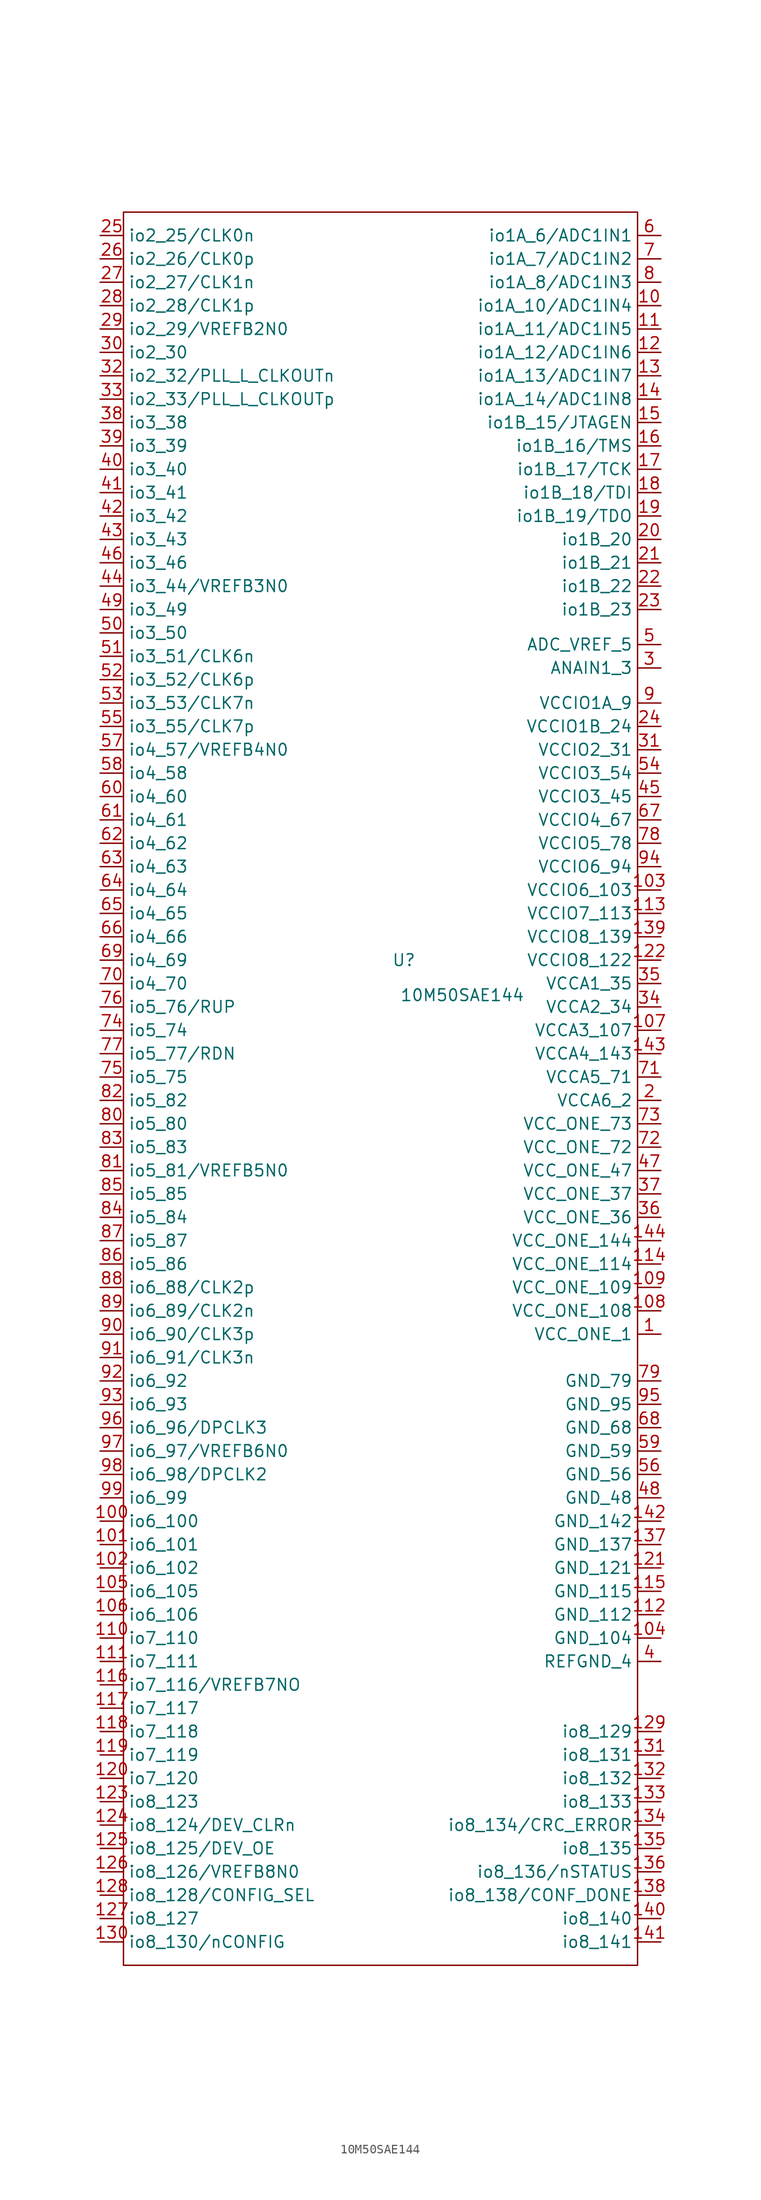
<source format=kicad_sym>
(kicad_symbol_lib
  (version 20220914)
  (generator kicad_symbol_editor)
  (symbol "10M50SAE144"
    (property "Reference" "U"
      (at 17.78 -85.09 0)
      (effects (font (size 1.27 1.27))))
    (property "Value" "10M50SAE144"
      (at 24.13 -88.9 0)
      (effects (font (size 1.27 1.27))))
    (symbol "10M50SAE144_0_1"
      (rectangle (start -12.7 -3.81) (end 43.18 -194.31) (stroke (width 0) (type default)) (fill (type none))))
    (symbol "10M50SAE144_1_0"
      (pin power_in line (at 45.72 -125.73 180) (length 2.54) (name "VCC_ONE_1" (effects (font (size 1.27 1.27)))) (number "1" (effects (font (size 1.27 1.27)))))
      (pin bidirectional line (at 45.72 -13.97 180) (length 2.54) (name "io1A_10/ADC1IN4" (effects (font (size 1.27 1.27)))) (number "10" (effects (font (size 1.27 1.27)))))
      (pin bidirectional line (at -15.24 -146.05 0) (length 2.54) (name "io6_100" (effects (font (size 1.27 1.27)))) (number "100" (effects (font (size 1.27 1.27)))))
      (pin bidirectional line (at -15.24 -148.59 0) (length 2.54) (name "io6_101" (effects (font (size 1.27 1.27)))) (number "101" (effects (font (size 1.27 1.27)))))
      (pin bidirectional line (at -15.24 -151.13 0) (length 2.54) (name "io6_102" (effects (font (size 1.27 1.27)))) (number "102" (effects (font (size 1.27 1.27)))))
      (pin power_in line (at 45.72 -77.47 180) (length 2.54) (name "VCCIO6_103" (effects (font (size 1.27 1.27)))) (number "103" (effects (font (size 1.27 1.27)))))
      (pin power_in line (at 45.72 -158.75 180) (length 2.54) (name "GND_104" (effects (font (size 1.27 1.27)))) (number "104" (effects (font (size 1.27 1.27)))))
      (pin bidirectional line (at -15.24 -153.67 0) (length 2.54) (name "io6_105" (effects (font (size 1.27 1.27)))) (number "105" (effects (font (size 1.27 1.27)))))
      (pin bidirectional line (at -15.24 -156.21 0) (length 2.54) (name "io6_106" (effects (font (size 1.27 1.27)))) (number "106" (effects (font (size 1.27 1.27)))))
      (pin power_in line (at 45.72 -92.71 180) (length 2.54) (name "VCCA3_107" (effects (font (size 1.27 1.27)))) (number "107" (effects (font (size 1.27 1.27)))))
      (pin power_in line (at 45.72 -123.19 180) (length 2.54) (name "VCC_ONE_108" (effects (font (size 1.27 1.27)))) (number "108" (effects (font (size 1.27 1.27)))))
      (pin power_in line (at 45.72 -120.65 180) (length 2.54) (name "VCC_ONE_109" (effects (font (size 1.27 1.27)))) (number "109" (effects (font (size 1.27 1.27)))))
      (pin bidirectional line (at 45.72 -16.51 180) (length 2.54) (name "io1A_11/ADC1IN5" (effects (font (size 1.27 1.27)))) (number "11" (effects (font (size 1.27 1.27)))))
      (pin bidirectional line (at -15.24 -158.75 0) (length 2.54) (name "io7_110" (effects (font (size 1.27 1.27)))) (number "110" (effects (font (size 1.27 1.27)))))
      (pin bidirectional line (at -15.24 -161.29 0) (length 2.54) (name "io7_111" (effects (font (size 1.27 1.27)))) (number "111" (effects (font (size 1.27 1.27)))))
      (pin power_in line (at 45.72 -156.21 180) (length 2.54) (name "GND_112" (effects (font (size 1.27 1.27)))) (number "112" (effects (font (size 1.27 1.27)))))
      (pin power_in line (at 45.72 -80.01 180) (length 2.54) (name "VCCIO7_113" (effects (font (size 1.27 1.27)))) (number "113" (effects (font (size 1.27 1.27)))))
      (pin power_in line (at 45.72 -118.11 180) (length 2.54) (name "VCC_ONE_114" (effects (font (size 1.27 1.27)))) (number "114" (effects (font (size 1.27 1.27)))))
      (pin power_in line (at 45.72 -153.67 180) (length 2.54) (name "GND_115" (effects (font (size 1.27 1.27)))) (number "115" (effects (font (size 1.27 1.27)))))
      (pin bidirectional line (at -15.24 -163.83 0) (length 2.54) (name "io7_116/VREFB7NO" (effects (font (size 1.27 1.27)))) (number "116" (effects (font (size 1.27 1.27)))))
      (pin bidirectional line (at -15.24 -166.37 0) (length 2.54) (name "io7_117" (effects (font (size 1.27 1.27)))) (number "117" (effects (font (size 1.27 1.27)))))
      (pin bidirectional line (at -15.24 -168.91 0) (length 2.54) (name "io7_118" (effects (font (size 1.27 1.27)))) (number "118" (effects (font (size 1.27 1.27)))))
      (pin bidirectional line (at -15.24 -171.45 0) (length 2.54) (name "io7_119" (effects (font (size 1.27 1.27)))) (number "119" (effects (font (size 1.27 1.27)))))
      (pin bidirectional line (at 45.72 -19.05 180) (length 2.54) (name "io1A_12/ADC1IN6" (effects (font (size 1.27 1.27)))) (number "12" (effects (font (size 1.27 1.27)))))
      (pin bidirectional line (at -15.24 -173.99 0) (length 2.54) (name "io7_120" (effects (font (size 1.27 1.27)))) (number "120" (effects (font (size 1.27 1.27)))))
      (pin power_in line (at 45.72 -151.13 180) (length 2.54) (name "GND_121" (effects (font (size 1.27 1.27)))) (number "121" (effects (font (size 1.27 1.27)))))
      (pin power_in line (at 45.72 -85.09 180) (length 2.54) (name "VCCIO8_122" (effects (font (size 1.27 1.27)))) (number "122" (effects (font (size 1.27 1.27)))))
      (pin bidirectional line (at -15.24 -176.53 0) (length 2.54) (name "io8_123" (effects (font (size 1.27 1.27)))) (number "123" (effects (font (size 1.27 1.27)))))
      (pin bidirectional line (at -15.24 -179.07 0) (length 2.54) (name "io8_124/DEV_CLRn" (effects (font (size 1.27 1.27)))) (number "124" (effects (font (size 1.27 1.27)))))
      (pin bidirectional line (at -15.24 -181.61 0) (length 2.54) (name "io8_125/DEV_OE" (effects (font (size 1.27 1.27)))) (number "125" (effects (font (size 1.27 1.27)))))
      (pin bidirectional line (at -15.24 -184.15 0) (length 2.54) (name "io8_126/VREFB8N0" (effects (font (size 1.27 1.27)))) (number "126" (effects (font (size 1.27 1.27)))))
      (pin bidirectional line (at -15.24 -189.23 0) (length 2.54) (name "io8_127" (effects (font (size 1.27 1.27)))) (number "127" (effects (font (size 1.27 1.27)))))
      (pin bidirectional line (at -15.24 -186.69 0) (length 2.54) (name "io8_128/CONFIG_SEL" (effects (font (size 1.27 1.27)))) (number "128" (effects (font (size 1.27 1.27)))))
      (pin bidirectional line (at 45.72 -168.91 180) (length 2.54) (name "io8_129" (effects (font (size 1.27 1.27)))) (number "129" (effects (font (size 1.27 1.27)))))
      (pin bidirectional line (at 45.72 -21.59 180) (length 2.54) (name "io1A_13/ADC1IN7" (effects (font (size 1.27 1.27)))) (number "13" (effects (font (size 1.27 1.27)))))
      (pin input line (at -15.24 -191.77 0) (length 2.54) (name "io8_130/nCONFIG" (effects (font (size 1.27 1.27)))) (number "130" (effects (font (size 1.27 1.27)))))
      (pin bidirectional line (at 45.72 -171.45 180) (length 2.54) (name "io8_131" (effects (font (size 1.27 1.27)))) (number "131" (effects (font (size 1.27 1.27)))))
      (pin bidirectional line (at 45.72 -173.99 180) (length 2.54) (name "io8_132" (effects (font (size 1.27 1.27)))) (number "132" (effects (font (size 1.27 1.27)))))
      (pin bidirectional line (at 45.72 -176.53 180) (length 2.54) (name "io8_133" (effects (font (size 1.27 1.27)))) (number "133" (effects (font (size 1.27 1.27)))))
      (pin bidirectional line (at 45.72 -179.07 180) (length 2.54) (name "io8_134/CRC_ERROR" (effects (font (size 1.27 1.27)))) (number "134" (effects (font (size 1.27 1.27)))))
      (pin bidirectional line (at 45.72 -181.61 180) (length 2.54) (name "io8_135" (effects (font (size 1.27 1.27)))) (number "135" (effects (font (size 1.27 1.27)))))
      (pin bidirectional line (at 45.72 -184.15 180) (length 2.54) (name "io8_136/nSTATUS" (effects (font (size 1.27 1.27)))) (number "136" (effects (font (size 1.27 1.27)))))
      (pin power_in line (at 45.72 -148.59 180) (length 2.54) (name "GND_137" (effects (font (size 1.27 1.27)))) (number "137" (effects (font (size 1.27 1.27)))))
      (pin bidirectional line (at 45.72 -186.69 180) (length 2.54) (name "io8_138/CONF_DONE" (effects (font (size 1.27 1.27)))) (number "138" (effects (font (size 1.27 1.27)))))
      (pin power_in line (at 45.72 -82.55 180) (length 2.54) (name "VCCIO8_139" (effects (font (size 1.27 1.27)))) (number "139" (effects (font (size 1.27 1.27)))))
      (pin bidirectional line (at 45.72 -24.13 180) (length 2.54) (name "io1A_14/ADC1IN8" (effects (font (size 1.27 1.27)))) (number "14" (effects (font (size 1.27 1.27)))))
      (pin bidirectional line (at 45.72 -189.23 180) (length 2.54) (name "io8_140" (effects (font (size 1.27 1.27)))) (number "140" (effects (font (size 1.27 1.27)))))
      (pin bidirectional line (at 45.72 -191.77 180) (length 2.54) (name "io8_141" (effects (font (size 1.27 1.27)))) (number "141" (effects (font (size 1.27 1.27)))))
      (pin power_in line (at 45.72 -146.05 180) (length 2.54) (name "GND_142" (effects (font (size 1.27 1.27)))) (number "142" (effects (font (size 1.27 1.27)))))
      (pin power_in line (at 45.72 -95.25 180) (length 2.54) (name "VCCA4_143" (effects (font (size 1.27 1.27)))) (number "143" (effects (font (size 1.27 1.27)))))
      (pin power_in line (at 45.72 -115.57 180) (length 2.54) (name "VCC_ONE_144" (effects (font (size 1.27 1.27)))) (number "144" (effects (font (size 1.27 1.27)))))
      (pin bidirectional line (at 45.72 -26.67 180) (length 2.54) (name "io1B_15/JTAGEN" (effects (font (size 1.27 1.27)))) (number "15" (effects (font (size 1.27 1.27)))))
      (pin bidirectional line (at 45.72 -29.21 180) (length 2.54) (name "io1B_16/TMS" (effects (font (size 1.27 1.27)))) (number "16" (effects (font (size 1.27 1.27)))))
      (pin bidirectional line (at 45.72 -31.75 180) (length 2.54) (name "io1B_17/TCK" (effects (font (size 1.27 1.27)))) (number "17" (effects (font (size 1.27 1.27)))))
      (pin bidirectional line (at 45.72 -34.29 180) (length 2.54) (name "io1B_18/TDI" (effects (font (size 1.27 1.27)))) (number "18" (effects (font (size 1.27 1.27)))))
      (pin bidirectional line (at 45.72 -36.83 180) (length 2.54) (name "io1B_19/TDO" (effects (font (size 1.27 1.27)))) (number "19" (effects (font (size 1.27 1.27)))))
      (pin power_in line (at 45.72 -100.33 180) (length 2.54) (name "VCCA6_2" (effects (font (size 1.27 1.27)))) (number "2" (effects (font (size 1.27 1.27)))))
      (pin bidirectional line (at 45.72 -39.37 180) (length 2.54) (name "io1B_20" (effects (font (size 1.27 1.27)))) (number "20" (effects (font (size 1.27 1.27)))))
      (pin bidirectional line (at 45.72 -41.91 180) (length 2.54) (name "io1B_21" (effects (font (size 1.27 1.27)))) (number "21" (effects (font (size 1.27 1.27)))))
      (pin bidirectional line (at 45.72 -44.45 180) (length 2.54) (name "io1B_22" (effects (font (size 1.27 1.27)))) (number "22" (effects (font (size 1.27 1.27)))))
      (pin bidirectional line (at 45.72 -46.99 180) (length 2.54) (name "io1B_23" (effects (font (size 1.27 1.27)))) (number "23" (effects (font (size 1.27 1.27)))))
      (pin power_in line (at 45.72 -59.69 180) (length 2.54) (name "VCCIO1B_24" (effects (font (size 1.27 1.27)))) (number "24" (effects (font (size 1.27 1.27)))))
      (pin bidirectional line (at -15.24 -6.35 0) (length 2.54) (name "io2_25/CLK0n" (effects (font (size 1.27 1.27)))) (number "25" (effects (font (size 1.27 1.27)))))
      (pin bidirectional line (at -15.24 -8.89 0) (length 2.54) (name "io2_26/CLK0p" (effects (font (size 1.27 1.27)))) (number "26" (effects (font (size 1.27 1.27)))))
      (pin bidirectional line (at -15.24 -11.43 0) (length 2.54) (name "io2_27/CLK1n" (effects (font (size 1.27 1.27)))) (number "27" (effects (font (size 1.27 1.27)))))
      (pin bidirectional line (at -15.24 -13.97 0) (length 2.54) (name "io2_28/CLK1p" (effects (font (size 1.27 1.27)))) (number "28" (effects (font (size 1.27 1.27)))))
      (pin bidirectional line (at -15.24 -16.51 0) (length 2.54) (name "io2_29/VREFB2N0" (effects (font (size 1.27 1.27)))) (number "29" (effects (font (size 1.27 1.27)))))
      (pin input line (at 45.72 -53.34 180) (length 2.54) (name "ANAIN1_3" (effects (font (size 1.27 1.27)))) (number "3" (effects (font (size 1.27 1.27)))))
      (pin bidirectional line (at -15.24 -19.05 0) (length 2.54) (name "io2_30" (effects (font (size 1.27 1.27)))) (number "30" (effects (font (size 1.27 1.27)))))
      (pin power_in line (at 45.72 -62.23 180) (length 2.54) (name "VCCIO2_31" (effects (font (size 1.27 1.27)))) (number "31" (effects (font (size 1.27 1.27)))))
      (pin bidirectional line (at -15.24 -21.59 0) (length 2.54) (name "io2_32/PLL_L_CLKOUTn" (effects (font (size 1.27 1.27)))) (number "32" (effects (font (size 1.27 1.27)))))
      (pin bidirectional line (at -15.24 -24.13 0) (length 2.54) (name "io2_33/PLL_L_CLKOUTp" (effects (font (size 1.27 1.27)))) (number "33" (effects (font (size 1.27 1.27)))))
      (pin power_in line (at 45.72 -90.17 180) (length 2.54) (name "VCCA2_34" (effects (font (size 1.27 1.27)))) (number "34" (effects (font (size 1.27 1.27)))))
      (pin power_in line (at 45.72 -87.63 180) (length 2.54) (name "VCCA1_35" (effects (font (size 1.27 1.27)))) (number "35" (effects (font (size 1.27 1.27)))))
      (pin power_in line (at 45.72 -113.03 180) (length 2.54) (name "VCC_ONE_36" (effects (font (size 1.27 1.27)))) (number "36" (effects (font (size 1.27 1.27)))))
      (pin power_in line (at 45.72 -110.49 180) (length 2.54) (name "VCC_ONE_37" (effects (font (size 1.27 1.27)))) (number "37" (effects (font (size 1.27 1.27)))))
      (pin bidirectional line (at -15.24 -26.67 0) (length 2.54) (name "io3_38" (effects (font (size 1.27 1.27)))) (number "38" (effects (font (size 1.27 1.27)))))
      (pin bidirectional line (at -15.24 -29.21 0) (length 2.54) (name "io3_39" (effects (font (size 1.27 1.27)))) (number "39" (effects (font (size 1.27 1.27)))))
      (pin power_in line (at 45.72 -161.29 180) (length 2.54) (name "REFGND_4" (effects (font (size 1.27 1.27)))) (number "4" (effects (font (size 1.27 1.27)))))
      (pin bidirectional line (at -15.24 -31.75 0) (length 2.54) (name "io3_40" (effects (font (size 1.27 1.27)))) (number "40" (effects (font (size 1.27 1.27)))))
      (pin bidirectional line (at -15.24 -34.29 0) (length 2.54) (name "io3_41" (effects (font (size 1.27 1.27)))) (number "41" (effects (font (size 1.27 1.27)))))
      (pin bidirectional line (at -15.24 -36.83 0) (length 2.54) (name "io3_42" (effects (font (size 1.27 1.27)))) (number "42" (effects (font (size 1.27 1.27)))))
      (pin bidirectional line (at -15.24 -39.37 0) (length 2.54) (name "io3_43" (effects (font (size 1.27 1.27)))) (number "43" (effects (font (size 1.27 1.27)))))
      (pin bidirectional line (at -15.24 -44.45 0) (length 2.54) (name "io3_44/VREFB3N0" (effects (font (size 1.27 1.27)))) (number "44" (effects (font (size 1.27 1.27)))))
      (pin power_in line (at 45.72 -67.31 180) (length 2.54) (name "VCCIO3_45" (effects (font (size 1.27 1.27)))) (number "45" (effects (font (size 1.27 1.27)))))
      (pin bidirectional line (at -15.24 -41.91 0) (length 2.54) (name "io3_46" (effects (font (size 1.27 1.27)))) (number "46" (effects (font (size 1.27 1.27)))))
      (pin power_in line (at 45.72 -107.95 180) (length 2.54) (name "VCC_ONE_47" (effects (font (size 1.27 1.27)))) (number "47" (effects (font (size 1.27 1.27)))))
      (pin power_in line (at 45.72 -143.51 180) (length 2.54) (name "GND_48" (effects (font (size 1.27 1.27)))) (number "48" (effects (font (size 1.27 1.27)))))
      (pin bidirectional line (at -15.24 -46.99 0) (length 2.54) (name "io3_49" (effects (font (size 1.27 1.27)))) (number "49" (effects (font (size 1.27 1.27)))))
      (pin input line (at 45.72 -50.8 180) (length 2.54) (name "ADC_VREF_5" (effects (font (size 1.27 1.27)))) (number "5" (effects (font (size 1.27 1.27)))))
      (pin bidirectional line (at -15.24 -49.53 0) (length 2.54) (name "io3_50" (effects (font (size 1.27 1.27)))) (number "50" (effects (font (size 1.27 1.27)))))
      (pin bidirectional line (at -15.24 -52.07 0) (length 2.54) (name "io3_51/CLK6n" (effects (font (size 1.27 1.27)))) (number "51" (effects (font (size 1.27 1.27)))))
      (pin bidirectional line (at -15.24 -54.61 0) (length 2.54) (name "io3_52/CLK6p" (effects (font (size 1.27 1.27)))) (number "52" (effects (font (size 1.27 1.27)))))
      (pin bidirectional line (at -15.24 -57.15 0) (length 2.54) (name "io3_53/CLK7n" (effects (font (size 1.27 1.27)))) (number "53" (effects (font (size 1.27 1.27)))))
      (pin power_in line (at 45.72 -64.77 180) (length 2.54) (name "VCCIO3_54" (effects (font (size 1.27 1.27)))) (number "54" (effects (font (size 1.27 1.27)))))
      (pin bidirectional line (at -15.24 -59.69 0) (length 2.54) (name "io3_55/CLK7p" (effects (font (size 1.27 1.27)))) (number "55" (effects (font (size 1.27 1.27)))))
      (pin power_in line (at 45.72 -140.97 180) (length 2.54) (name "GND_56" (effects (font (size 1.27 1.27)))) (number "56" (effects (font (size 1.27 1.27)))))
      (pin bidirectional line (at -15.24 -62.23 0) (length 2.54) (name "io4_57/VREFB4N0" (effects (font (size 1.27 1.27)))) (number "57" (effects (font (size 1.27 1.27)))))
      (pin bidirectional line (at -15.24 -64.77 0) (length 2.54) (name "io4_58" (effects (font (size 1.27 1.27)))) (number "58" (effects (font (size 1.27 1.27)))))
      (pin power_in line (at 45.72 -138.43 180) (length 2.54) (name "GND_59" (effects (font (size 1.27 1.27)))) (number "59" (effects (font (size 1.27 1.27)))))
      (pin bidirectional line (at -15.24 -67.31 0) (length 2.54) (name "io4_60" (effects (font (size 1.27 1.27)))) (number "60" (effects (font (size 1.27 1.27)))))
      (pin bidirectional line (at -15.24 -69.85 0) (length 2.54) (name "io4_61" (effects (font (size 1.27 1.27)))) (number "61" (effects (font (size 1.27 1.27)))))
      (pin bidirectional line (at -15.24 -72.39 0) (length 2.54) (name "io4_62" (effects (font (size 1.27 1.27)))) (number "62" (effects (font (size 1.27 1.27)))))
      (pin bidirectional line (at -15.24 -74.93 0) (length 2.54) (name "io4_63" (effects (font (size 1.27 1.27)))) (number "63" (effects (font (size 1.27 1.27)))))
      (pin bidirectional line (at -15.24 -77.47 0) (length 2.54) (name "io4_64" (effects (font (size 1.27 1.27)))) (number "64" (effects (font (size 1.27 1.27)))))
      (pin bidirectional line (at -15.24 -80.01 0) (length 2.54) (name "io4_65" (effects (font (size 1.27 1.27)))) (number "65" (effects (font (size 1.27 1.27)))))
      (pin bidirectional line (at -15.24 -82.55 0) (length 2.54) (name "io4_66" (effects (font (size 1.27 1.27)))) (number "66" (effects (font (size 1.27 1.27)))))
      (pin power_in line (at 45.72 -69.85 180) (length 2.54) (name "VCCIO4_67" (effects (font (size 1.27 1.27)))) (number "67" (effects (font (size 1.27 1.27)))))
      (pin power_in line (at 45.72 -135.89 180) (length 2.54) (name "GND_68" (effects (font (size 1.27 1.27)))) (number "68" (effects (font (size 1.27 1.27)))))
      (pin bidirectional line (at -15.24 -85.09 0) (length 2.54) (name "io4_69" (effects (font (size 1.27 1.27)))) (number "69" (effects (font (size 1.27 1.27)))))
      (pin bidirectional line (at 45.72 -8.89 180) (length 2.54) (name "io1A_7/ADC1IN2" (effects (font (size 1.27 1.27)))) (number "7" (effects (font (size 1.27 1.27)))))
      (pin bidirectional line (at -15.24 -87.63 0) (length 2.54) (name "io4_70" (effects (font (size 1.27 1.27)))) (number "70" (effects (font (size 1.27 1.27)))))
      (pin power_in line (at 45.72 -97.79 180) (length 2.54) (name "VCCA5_71" (effects (font (size 1.27 1.27)))) (number "71" (effects (font (size 1.27 1.27)))))
      (pin power_in line (at 45.72 -105.41 180) (length 2.54) (name "VCC_ONE_72" (effects (font (size 1.27 1.27)))) (number "72" (effects (font (size 1.27 1.27)))))
      (pin power_in line (at 45.72 -102.87 180) (length 2.54) (name "VCC_ONE_73" (effects (font (size 1.27 1.27)))) (number "73" (effects (font (size 1.27 1.27)))))
      (pin bidirectional line (at -15.24 -92.71 0) (length 2.54) (name "io5_74" (effects (font (size 1.27 1.27)))) (number "74" (effects (font (size 1.27 1.27)))))
      (pin bidirectional line (at -15.24 -97.79 0) (length 2.54) (name "io5_75" (effects (font (size 1.27 1.27)))) (number "75" (effects (font (size 1.27 1.27)))))
      (pin bidirectional line (at -15.24 -90.17 0) (length 2.54) (name "io5_76/RUP" (effects (font (size 1.27 1.27)))) (number "76" (effects (font (size 1.27 1.27)))))
      (pin bidirectional line (at -15.24 -95.25 0) (length 2.54) (name "io5_77/RDN" (effects (font (size 1.27 1.27)))) (number "77" (effects (font (size 1.27 1.27)))))
      (pin power_in line (at 45.72 -72.39 180) (length 2.54) (name "VCCIO5_78" (effects (font (size 1.27 1.27)))) (number "78" (effects (font (size 1.27 1.27)))))
      (pin power_in line (at 45.72 -130.81 180) (length 2.54) (name "GND_79" (effects (font (size 1.27 1.27)))) (number "79" (effects (font (size 1.27 1.27)))))
      (pin bidirectional line (at 45.72 -11.43 180) (length 2.54) (name "io1A_8/ADC1IN3" (effects (font (size 1.27 1.27)))) (number "8" (effects (font (size 1.27 1.27)))))
      (pin bidirectional line (at -15.24 -102.87 0) (length 2.54) (name "io5_80" (effects (font (size 1.27 1.27)))) (number "80" (effects (font (size 1.27 1.27)))))
      (pin bidirectional line (at -15.24 -107.95 0) (length 2.54) (name "io5_81/VREFB5N0" (effects (font (size 1.27 1.27)))) (number "81" (effects (font (size 1.27 1.27)))))
      (pin bidirectional line (at -15.24 -100.33 0) (length 2.54) (name "io5_82" (effects (font (size 1.27 1.27)))) (number "82" (effects (font (size 1.27 1.27)))))
      (pin bidirectional line (at -15.24 -105.41 0) (length 2.54) (name "io5_83" (effects (font (size 1.27 1.27)))) (number "83" (effects (font (size 1.27 1.27)))))
      (pin bidirectional line (at -15.24 -113.03 0) (length 2.54) (name "io5_84" (effects (font (size 1.27 1.27)))) (number "84" (effects (font (size 1.27 1.27)))))
      (pin bidirectional line (at -15.24 -110.49 0) (length 2.54) (name "io5_85" (effects (font (size 1.27 1.27)))) (number "85" (effects (font (size 1.27 1.27)))))
      (pin bidirectional line (at -15.24 -118.11 0) (length 2.54) (name "io5_86" (effects (font (size 1.27 1.27)))) (number "86" (effects (font (size 1.27 1.27)))))
      (pin bidirectional line (at -15.24 -115.57 0) (length 2.54) (name "io5_87" (effects (font (size 1.27 1.27)))) (number "87" (effects (font (size 1.27 1.27)))))
      (pin bidirectional line (at -15.24 -120.65 0) (length 2.54) (name "io6_88/CLK2p" (effects (font (size 1.27 1.27)))) (number "88" (effects (font (size 1.27 1.27)))))
      (pin bidirectional line (at -15.24 -123.19 0) (length 2.54) (name "io6_89/CLK2n" (effects (font (size 1.27 1.27)))) (number "89" (effects (font (size 1.27 1.27)))))
      (pin power_in line (at 45.72 -57.15 180) (length 2.54) (name "VCCIO1A_9" (effects (font (size 1.27 1.27)))) (number "9" (effects (font (size 1.27 1.27)))))
      (pin bidirectional line (at -15.24 -125.73 0) (length 2.54) (name "io6_90/CLK3p" (effects (font (size 1.27 1.27)))) (number "90" (effects (font (size 1.27 1.27)))))
      (pin bidirectional line (at -15.24 -128.27 0) (length 2.54) (name "io6_91/CLK3n" (effects (font (size 1.27 1.27)))) (number "91" (effects (font (size 1.27 1.27)))))
      (pin bidirectional line (at -15.24 -130.81 0) (length 2.54) (name "io6_92" (effects (font (size 1.27 1.27)))) (number "92" (effects (font (size 1.27 1.27)))))
      (pin bidirectional line (at -15.24 -133.35 0) (length 2.54) (name "io6_93" (effects (font (size 1.27 1.27)))) (number "93" (effects (font (size 1.27 1.27)))))
      (pin power_in line (at 45.72 -74.93 180) (length 2.54) (name "VCCIO6_94" (effects (font (size 1.27 1.27)))) (number "94" (effects (font (size 1.27 1.27)))))
      (pin power_in line (at 45.72 -133.35 180) (length 2.54) (name "GND_95" (effects (font (size 1.27 1.27)))) (number "95" (effects (font (size 1.27 1.27)))))
      (pin bidirectional line (at -15.24 -135.89 0) (length 2.54) (name "io6_96/DPCLK3" (effects (font (size 1.27 1.27)))) (number "96" (effects (font (size 1.27 1.27)))))
      (pin bidirectional line (at -15.24 -138.43 0) (length 2.54) (name "io6_97/VREFB6N0" (effects (font (size 1.27 1.27)))) (number "97" (effects (font (size 1.27 1.27)))))
      (pin bidirectional line (at -15.24 -140.97 0) (length 2.54) (name "io6_98/DPCLK2" (effects (font (size 1.27 1.27)))) (number "98" (effects (font (size 1.27 1.27)))))
      (pin bidirectional line (at -15.24 -143.51 0) (length 2.54) (name "io6_99" (effects (font (size 1.27 1.27)))) (number "99" (effects (font (size 1.27 1.27))))))
    (symbol "10M50SAE144_1_1"
      (pin bidirectional line (at 45.72 -6.35 180) (length 2.54) (name "io1A_6/ADC1IN1" (effects (font (size 1.27 1.27)))) (number "6" (effects (font (size 1.27 1.27))))))))
</source>
